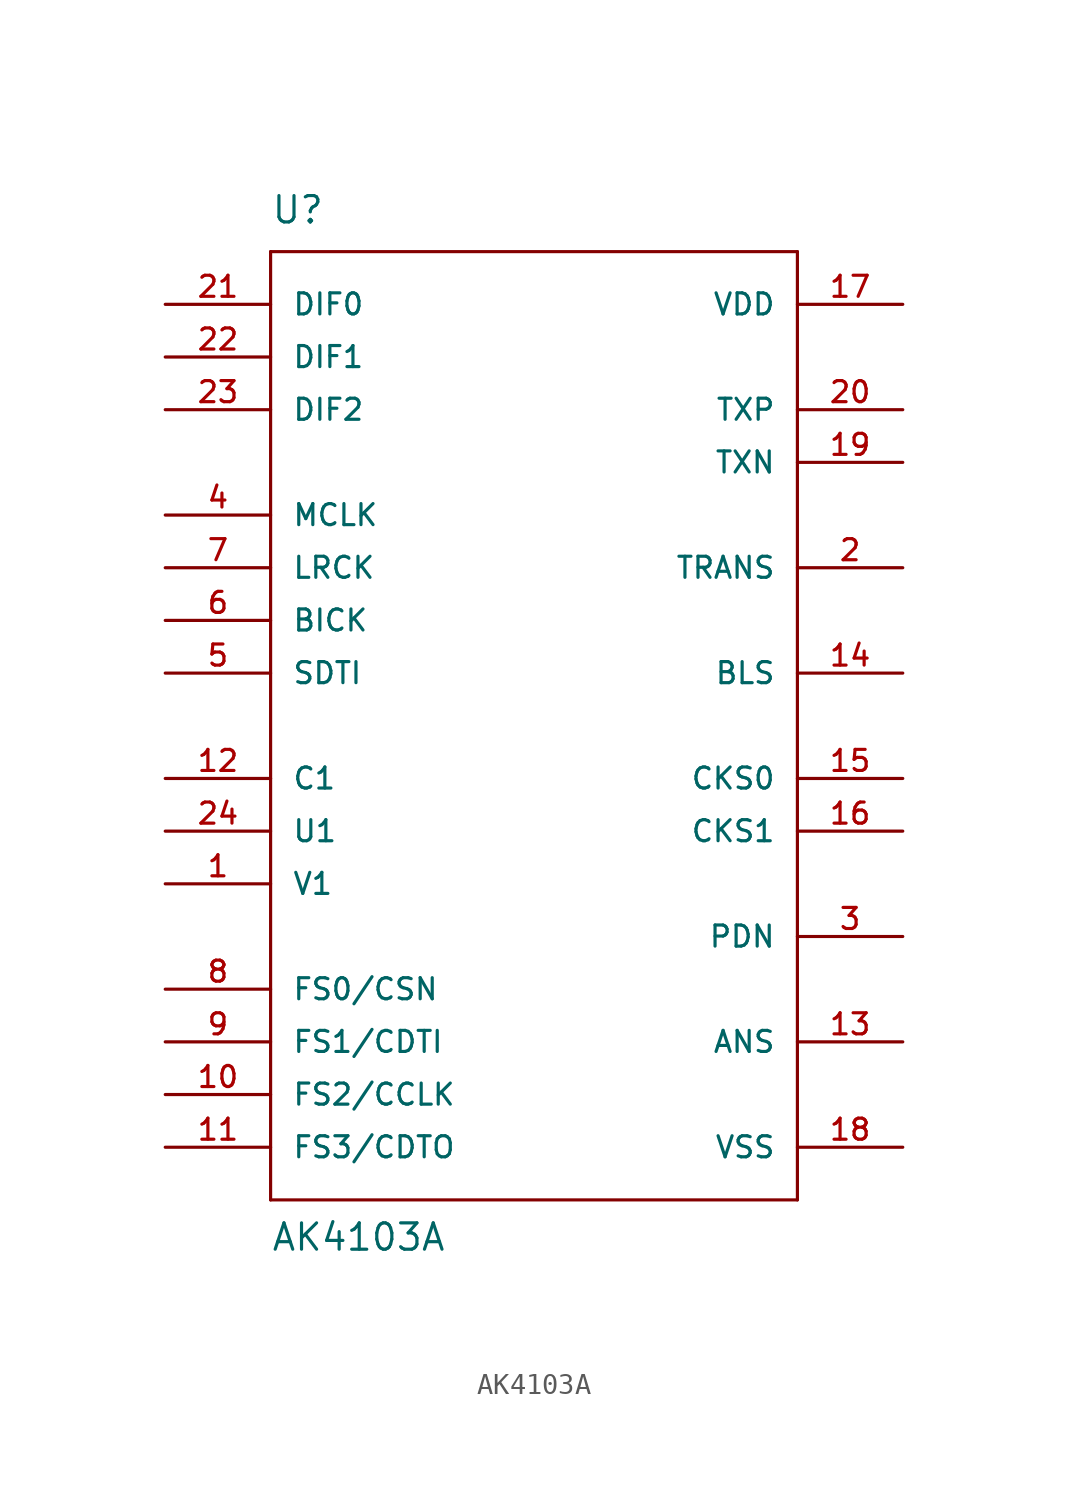
<source format=kicad_sym>
(kicad_symbol_lib
  (version 20211014)
  (generator kicad_symbol_editor)
  (symbol "AK4103A"
    (pin_names
      (offset 1.016))
    (property "Reference" "U"
      (at -12.7 21.59 0)
      (effects (font (size 1.27 1.27)) (justify left bottom)))
    (property "Value" "AK4103A"
      (at -12.7 -27.94 0)
      (effects (font (size 1.27 1.27)) (justify left bottom)))
    (symbol "AK4103A_1_0"
      (polyline (pts (xy -12.7 -25.4) (xy -12.7 20.32)) (stroke (width 0) (type default) (color 0 0 0 0)) (fill (type none)))
      (polyline (pts (xy -12.7 20.32) (xy 12.7 20.32)) (stroke (width 0) (type default) (color 0 0 0 0)) (fill (type none)))
      (polyline (pts (xy 12.7 -25.4) (xy -12.7 -25.4)) (stroke (width 0) (type default) (color 0 0 0 0)) (fill (type none)))
      (polyline (pts (xy 12.7 20.32) (xy 12.7 -25.4)) (stroke (width 0) (type default) (color 0 0 0 0)) (fill (type none))))
    (symbol "AK4103A_1_1"
      (pin input line (at -17.78 -10.16 0) (length 5.08) (name "V1" (effects (font (size 1.016 1.016)))) (number "1" (effects (font (size 1.016 1.016)))))
      (pin bidirectional line (at -17.78 -20.32 0) (length 5.08) (name "FS2/CCLK" (effects (font (size 1.016 1.016)))) (number "10" (effects (font (size 1.016 1.016)))))
      (pin bidirectional line (at -17.78 -22.86 0) (length 5.08) (name "FS3/CDTO" (effects (font (size 1.016 1.016)))) (number "11" (effects (font (size 1.016 1.016)))))
      (pin input line (at -17.78 -5.08 0) (length 5.08) (name "C1" (effects (font (size 1.016 1.016)))) (number "12" (effects (font (size 1.016 1.016)))))
      (pin bidirectional line (at 17.78 -17.78 180) (length 5.08) (name "ANS" (effects (font (size 1.016 1.016)))) (number "13" (effects (font (size 1.016 1.016)))))
      (pin bidirectional line (at 17.78 0 180) (length 5.08) (name "BLS" (effects (font (size 1.016 1.016)))) (number "14" (effects (font (size 1.016 1.016)))))
      (pin input line (at 17.78 -5.08 180) (length 5.08) (name "CKS0" (effects (font (size 1.016 1.016)))) (number "15" (effects (font (size 1.016 1.016)))))
      (pin input line (at 17.78 -7.62 180) (length 5.08) (name "CKS1" (effects (font (size 1.016 1.016)))) (number "16" (effects (font (size 1.016 1.016)))))
      (pin power_in line (at 17.78 17.78 180) (length 5.08) (name "VDD" (effects (font (size 1.016 1.016)))) (number "17" (effects (font (size 1.016 1.016)))))
      (pin power_in line (at 17.78 -22.86 180) (length 5.08) (name "VSS" (effects (font (size 1.016 1.016)))) (number "18" (effects (font (size 1.016 1.016)))))
      (pin output line (at 17.78 10.16 180) (length 5.08) (name "TXN" (effects (font (size 1.016 1.016)))) (number "19" (effects (font (size 1.016 1.016)))))
      (pin input line (at 17.78 5.08 180) (length 5.08) (name "TRANS" (effects (font (size 1.016 1.016)))) (number "2" (effects (font (size 1.016 1.016)))))
      (pin output line (at 17.78 12.7 180) (length 5.08) (name "TXP" (effects (font (size 1.016 1.016)))) (number "20" (effects (font (size 1.016 1.016)))))
      (pin input line (at -17.78 17.78 0) (length 5.08) (name "DIF0" (effects (font (size 1.016 1.016)))) (number "21" (effects (font (size 1.016 1.016)))))
      (pin input line (at -17.78 15.24 0) (length 5.08) (name "DIF1" (effects (font (size 1.016 1.016)))) (number "22" (effects (font (size 1.016 1.016)))))
      (pin input line (at -17.78 12.7 0) (length 5.08) (name "DIF2" (effects (font (size 1.016 1.016)))) (number "23" (effects (font (size 1.016 1.016)))))
      (pin input line (at -17.78 -7.62 0) (length 5.08) (name "U1" (effects (font (size 1.016 1.016)))) (number "24" (effects (font (size 1.016 1.016)))))
      (pin input line (at 17.78 -12.7 180) (length 5.08) (name "PDN" (effects (font (size 1.016 1.016)))) (number "3" (effects (font (size 1.016 1.016)))))
      (pin input line (at -17.78 7.62 0) (length 5.08) (name "MCLK" (effects (font (size 1.016 1.016)))) (number "4" (effects (font (size 1.016 1.016)))))
      (pin input line (at -17.78 0 0) (length 5.08) (name "SDTI" (effects (font (size 1.016 1.016)))) (number "5" (effects (font (size 1.016 1.016)))))
      (pin bidirectional line (at -17.78 2.54 0) (length 5.08) (name "BICK" (effects (font (size 1.016 1.016)))) (number "6" (effects (font (size 1.016 1.016)))))
      (pin bidirectional line (at -17.78 5.08 0) (length 5.08) (name "LRCK" (effects (font (size 1.016 1.016)))) (number "7" (effects (font (size 1.016 1.016)))))
      (pin bidirectional line (at -17.78 -15.24 0) (length 5.08) (name "FS0/CSN" (effects (font (size 1.016 1.016)))) (number "8" (effects (font (size 1.016 1.016)))))
      (pin bidirectional line (at -17.78 -17.78 0) (length 5.08) (name "FS1/CDTI" (effects (font (size 1.016 1.016)))) (number "9" (effects (font (size 1.016 1.016))))))))
</source>
